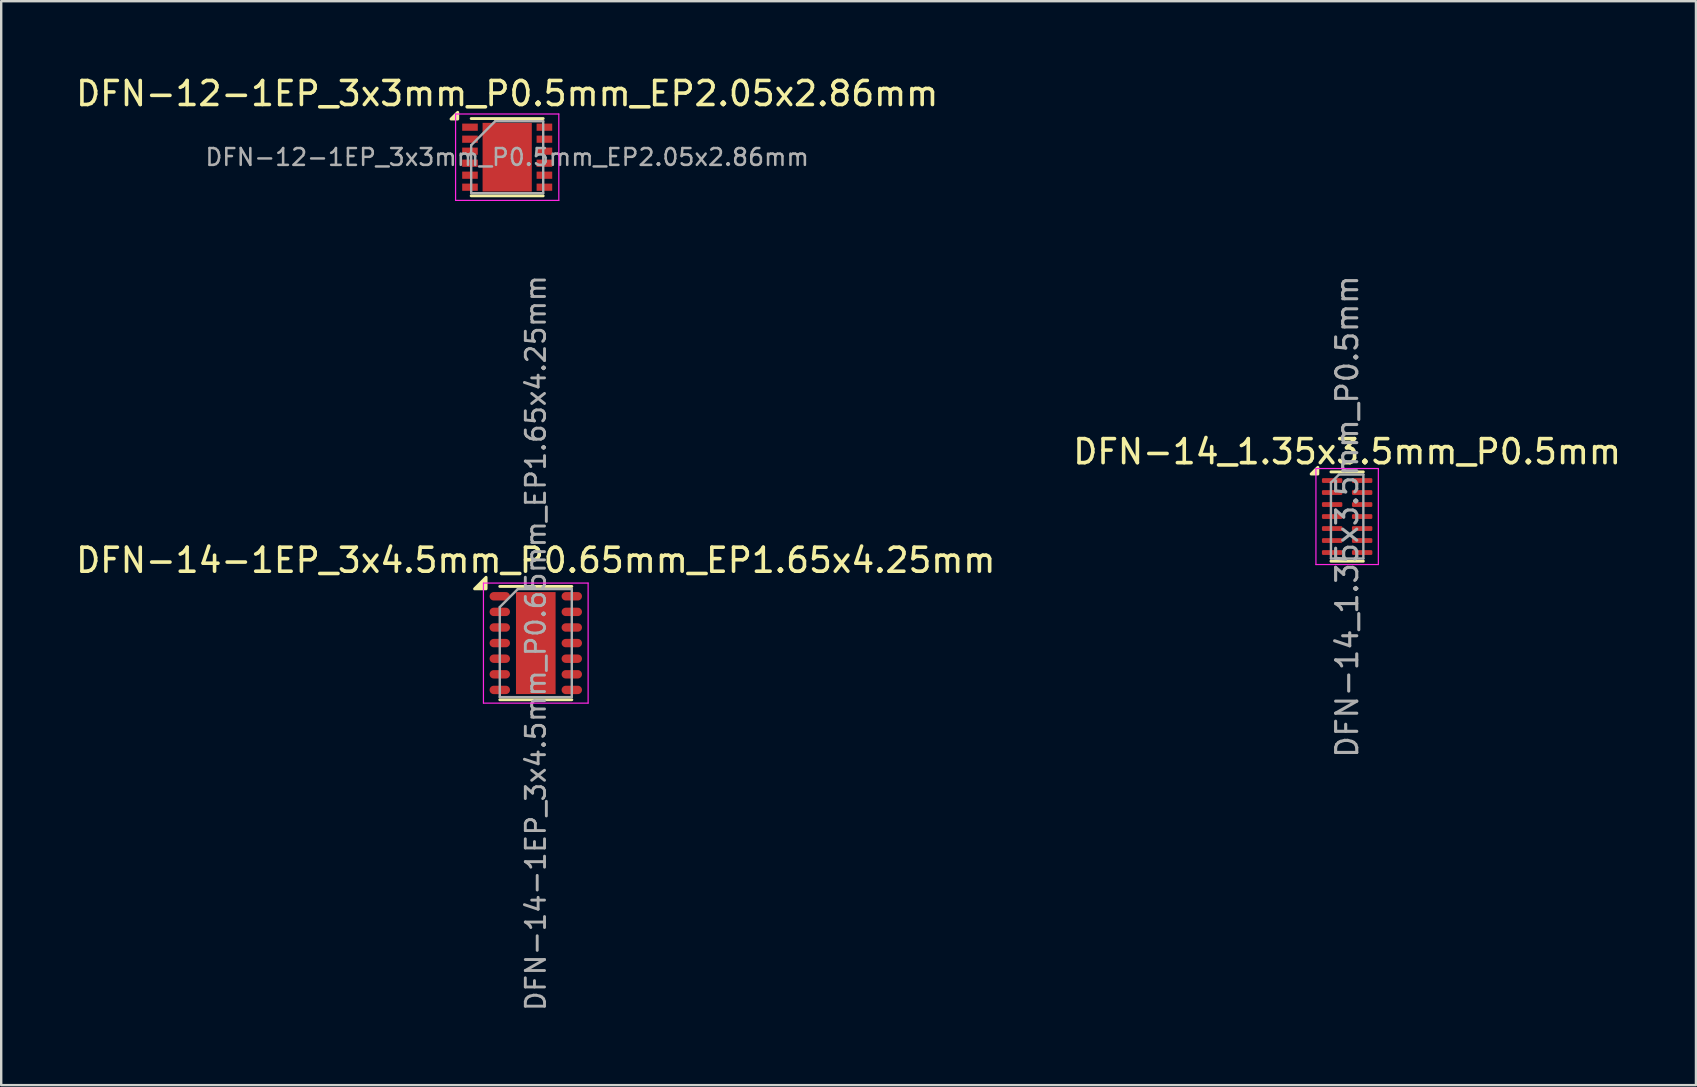
<source format=kicad_pcb>
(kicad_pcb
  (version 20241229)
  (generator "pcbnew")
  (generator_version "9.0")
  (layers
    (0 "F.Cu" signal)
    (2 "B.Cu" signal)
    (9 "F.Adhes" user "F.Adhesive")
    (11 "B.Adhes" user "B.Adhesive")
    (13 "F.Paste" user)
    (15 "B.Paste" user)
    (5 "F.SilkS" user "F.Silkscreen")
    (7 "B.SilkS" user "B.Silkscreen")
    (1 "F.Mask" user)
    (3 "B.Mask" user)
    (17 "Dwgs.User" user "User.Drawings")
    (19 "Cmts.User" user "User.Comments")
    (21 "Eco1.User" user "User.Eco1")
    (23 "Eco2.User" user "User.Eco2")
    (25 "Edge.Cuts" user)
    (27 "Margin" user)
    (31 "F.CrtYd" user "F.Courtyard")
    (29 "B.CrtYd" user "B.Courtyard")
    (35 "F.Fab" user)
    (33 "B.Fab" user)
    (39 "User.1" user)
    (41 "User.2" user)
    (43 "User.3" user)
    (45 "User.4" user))
  (footprint "DFN-14_1.35x3.5mm_P0.5mm"
    (layer "F.Cu")
    (at 53.065 18.466)
    (property "Reference" "DFN-14_1.35x3.5mm_P0.5mm" (at 0 -2.7 0) (layer "F.SilkS") (effects (font (size 1 1) (thickness 0.15))))
    (attr smd)
    (fp_line (start -0.675 -1.86) (end 0.675 -1.86) (stroke (width 0.12) (type solid)) (layer "F.SilkS"))
    (fp_line (start -0.675 1.86) (end 0.675 1.86) (stroke (width 0.12) (type solid)) (layer "F.SilkS"))
    (fp_poly (pts (xy -1.22 -1.77) (xy -1.5 -1.77) (xy -1.22 -2.05) (xy -1.22 -1.77)) (stroke (width 0.12) (type solid)) (fill yes) (layer "F.SilkS"))
    (fp_line (start -1.3 -2) (end -1.3 2) (stroke (width 0.05) (type solid)) (layer "F.CrtYd"))
    (fp_line (start -1.3 2) (end 1.3 2) (stroke (width 0.05) (type solid)) (layer "F.CrtYd"))
    (fp_line (start 1.3 -2) (end -1.3 -2) (stroke (width 0.05) (type solid)) (layer "F.CrtYd"))
    (fp_line (start 1.3 2) (end 1.3 -2) (stroke (width 0.05) (type solid)) (layer "F.CrtYd"))
    (fp_line (start -0.675 -1.413) (end -0.338 -1.75) (stroke (width 0.1) (type solid)) (layer "F.Fab"))
    (fp_line (start -0.675 1.75) (end -0.675 -1.413) (stroke (width 0.1) (type solid)) (layer "F.Fab"))
    (fp_line (start -0.338 -1.75) (end 0.675 -1.75) (stroke (width 0.1) (type solid)) (layer "F.Fab"))
    (fp_line (start 0.675 -1.75) (end 0.675 1.75) (stroke (width 0.1) (type solid)) (layer "F.Fab"))
    (fp_line (start 0.675 1.75) (end -0.675 1.75) (stroke (width 0.1) (type solid)) (layer "F.Fab"))
    (fp_text user "${REFERENCE}" (at 0 0 90) (layer "F.Fab") (effects (font (size 0.88 0.88) (thickness 0.13))))
    (pad "1" smd roundrect (at -0.625 -1.5) (size 0.85 0.2) (layers "F.Cu" "F.Mask" "F.Paste") (roundrect_rratio 0.25))
    (pad "2" smd roundrect (at -0.625 -1) (size 0.85 0.2) (layers "F.Cu" "F.Mask" "F.Paste") (roundrect_rratio 0.25))
    (pad "3" smd roundrect (at -0.625 -0.5) (size 0.85 0.2) (layers "F.Cu" "F.Mask" "F.Paste") (roundrect_rratio 0.25))
    (pad "4" smd roundrect (at -0.625 0) (size 0.85 0.2) (layers "F.Cu" "F.Mask" "F.Paste") (roundrect_rratio 0.25))
    (pad "5" smd roundrect (at -0.625 0.5) (size 0.85 0.2) (layers "F.Cu" "F.Mask" "F.Paste") (roundrect_rratio 0.25))
    (pad "6" smd roundrect (at -0.625 1) (size 0.85 0.2) (layers "F.Cu" "F.Mask" "F.Paste") (roundrect_rratio 0.25))
    (pad "7" smd roundrect (at -0.625 1.5) (size 0.85 0.2) (layers "F.Cu" "F.Mask" "F.Paste") (roundrect_rratio 0.25))
    (pad "8" smd roundrect (at 0.625 1.5) (size 0.85 0.2) (layers "F.Cu" "F.Mask" "F.Paste") (roundrect_rratio 0.25))
    (pad "9" smd roundrect (at 0.625 1) (size 0.85 0.2) (layers "F.Cu" "F.Mask" "F.Paste") (roundrect_rratio 0.25))
    (pad "10" smd roundrect (at 0.625 0.5) (size 0.85 0.2) (layers "F.Cu" "F.Mask" "F.Paste") (roundrect_rratio 0.25))
    (pad "11" smd roundrect (at 0.625 0) (size 0.85 0.2) (layers "F.Cu" "F.Mask" "F.Paste") (roundrect_rratio 0.25))
    (pad "12" smd roundrect (at 0.625 -0.5) (size 0.85 0.2) (layers "F.Cu" "F.Mask" "F.Paste") (roundrect_rratio 0.25))
    (pad "13" smd roundrect (at 0.625 -1) (size 0.85 0.2) (layers "F.Cu" "F.Mask" "F.Paste") (roundrect_rratio 0.25))
    (pad "14" smd roundrect (at 0.625 -1.5) (size 0.85 0.2) (layers "F.Cu" "F.Mask" "F.Paste") (roundrect_rratio 0.25)))
  (footprint "DFN-12-1EP_3x3mm_P0.5mm_EP2.05x2.86mm"
    (layer "F.Cu")
    (at 18.077 3.498)
    (property "Reference" "DFN-12-1EP_3x3mm_P0.5mm_EP2.05x2.86mm" (at 0 -2.65 0) (layer "F.SilkS") (effects (font (size 1 1) (thickness 0.15))))
    (attr smd)
    (fp_line (start -1.5 -1.61) (end 1.5 -1.61) (stroke (width 0.12) (type solid)) (layer "F.SilkS"))
    (fp_line (start -1.5 1.61) (end 1.5 1.61) (stroke (width 0.12) (type solid)) (layer "F.SilkS"))
    (fp_poly (pts (xy -2.06 -1.59) (xy -2.34 -1.59) (xy -2.06 -1.87) (xy -2.06 -1.59)) (stroke (width 0.12) (type solid)) (fill yes) (layer "F.SilkS"))
    (fp_line (start -2.15 -1.8) (end -2.15 1.8) (stroke (width 0.05) (type solid)) (layer "F.CrtYd"))
    (fp_line (start -2.15 -1.8) (end 2.15 -1.8) (stroke (width 0.05) (type solid)) (layer "F.CrtYd"))
    (fp_line (start -2.15 1.8) (end 2.15 1.8) (stroke (width 0.05) (type solid)) (layer "F.CrtYd"))
    (fp_line (start 2.15 -1.8) (end 2.15 1.8) (stroke (width 0.05) (type solid)) (layer "F.CrtYd"))
    (fp_line (start -1.5 -0.5) (end -0.5 -1.5) (stroke (width 0.1) (type solid)) (layer "F.Fab"))
    (fp_line (start -1.5 1.5) (end -1.5 -0.5) (stroke (width 0.1) (type solid)) (layer "F.Fab"))
    (fp_line (start -0.5 -1.5) (end 1.5 -1.5) (stroke (width 0.1) (type solid)) (layer "F.Fab"))
    (fp_line (start 1.5 -1.5) (end 1.5 1.5) (stroke (width 0.1) (type solid)) (layer "F.Fab"))
    (fp_line (start 1.5 1.5) (end -1.5 1.5) (stroke (width 0.1) (type solid)) (layer "F.Fab"))
    (fp_text user "${REFERENCE}" (at 0 0 0) (layer "F.Fab") (effects (font (size 0.7 0.7) (thickness 0.105))))
    (pad "" smd rect (at -0.512 -0.715) (size 0.8 1.2) (layers "F.Paste"))
    (pad "" smd rect (at -0.512 0.715) (size 0.8 1.2) (layers "F.Paste"))
    (pad "" smd rect (at 0.512 -0.715) (size 0.8 1.2) (layers "F.Paste"))
    (pad "" smd rect (at 0.512 0.715) (size 0.8 1.2) (layers "F.Paste"))
    (pad "1" smd rect (at -1.55 -1.25) (size 0.65 0.3) (layers "F.Cu" "F.Mask" "F.Paste"))
    (pad "2" smd rect (at -1.55 -0.75) (size 0.65 0.3) (layers "F.Cu" "F.Mask" "F.Paste"))
    (pad "3" smd rect (at -1.55 -0.25) (size 0.65 0.3) (layers "F.Cu" "F.Mask" "F.Paste"))
    (pad "4" smd rect (at -1.55 0.25) (size 0.65 0.3) (layers "F.Cu" "F.Mask" "F.Paste"))
    (pad "5" smd rect (at -1.55 0.75) (size 0.65 0.3) (layers "F.Cu" "F.Mask" "F.Paste"))
    (pad "6" smd rect (at -1.55 1.25) (size 0.65 0.3) (layers "F.Cu" "F.Mask" "F.Paste"))
    (pad "7" smd rect (at 1.55 1.25) (size 0.65 0.3) (layers "F.Cu" "F.Mask" "F.Paste"))
    (pad "8" smd rect (at 1.55 0.75) (size 0.65 0.3) (layers "F.Cu" "F.Mask" "F.Paste"))
    (pad "9" smd rect (at 1.55 0.25) (size 0.65 0.3) (layers "F.Cu" "F.Mask" "F.Paste"))
    (pad "10" smd rect (at 1.55 -0.25) (size 0.65 0.3) (layers "F.Cu" "F.Mask" "F.Paste"))
    (pad "11" smd rect (at 1.55 -0.75) (size 0.65 0.3) (layers "F.Cu" "F.Mask" "F.Paste"))
    (pad "12" smd rect (at 1.55 -1.25) (size 0.65 0.3) (layers "F.Cu" "F.Mask" "F.Paste"))
    (pad "13" smd rect (at 0 0) (size 2.05 2.86) (layers "F.Cu" "F.Mask")))
  (footprint "DFN-14-1EP_3x4.5mm_P0.65mm_EP1.65x4.25mm"
    (layer "F.Cu")
    (at 19.268 23.738)
    (property "Reference" "DFN-14-1EP_3x4.5mm_P0.65mm_EP1.65x4.25mm" (at 0 -3.45 0) (layer "F.SilkS") (effects (font (size 1 1) (thickness 0.15))))
    (attr smd)
    (fp_line (start -1.5 2.36) (end 1.5 2.36) (stroke (width 0.12) (type solid)) (layer "F.SilkS"))
    (fp_line (start 1.5 -2.36) (end -1.5 -2.36) (stroke (width 0.12) (type solid)) (layer "F.SilkS"))
    (fp_poly (pts (xy -2.07 -2.26) (xy -2.55 -2.26) (xy -2.07 -2.74) (xy -2.07 -2.26)) (stroke (width 0.12) (type solid)) (fill yes) (layer "F.SilkS"))
    (fp_line (start -2.18 -2.5) (end -2.18 2.5) (stroke (width 0.05) (type solid)) (layer "F.CrtYd"))
    (fp_line (start -2.18 2.5) (end 2.18 2.5) (stroke (width 0.05) (type solid)) (layer "F.CrtYd"))
    (fp_line (start 2.18 -2.5) (end -2.18 -2.5) (stroke (width 0.05) (type solid)) (layer "F.CrtYd"))
    (fp_line (start 2.18 2.5) (end 2.18 -2.5) (stroke (width 0.05) (type solid)) (layer "F.CrtYd"))
    (fp_line (start -1.5 2.25) (end -1.5 -1.5) (stroke (width 0.1) (type solid)) (layer "F.Fab"))
    (fp_line (start -1.5 2.25) (end 1.5 2.25) (stroke (width 0.1) (type solid)) (layer "F.Fab"))
    (fp_line (start -0.75 -2.25) (end -1.5 -1.5) (stroke (width 0.1) (type solid)) (layer "F.Fab"))
    (fp_line (start 1.5 -2.25) (end -0.75 -2.25) (stroke (width 0.1) (type solid)) (layer "F.Fab"))
    (fp_line (start 1.5 2.25) (end 1.5 -2.25) (stroke (width 0.1) (type solid)) (layer "F.Fab"))
    (fp_text user "${REFERENCE}" (at 0 0 90) (layer "F.Fab") (effects (font (size 0.8 0.8) (thickness 0.12))))
    (pad "" smd rect (at -0.412 -1.594) (size 0.66 0.85) (layers "F.Paste"))
    (pad "" smd rect (at -0.412 -0.531) (size 0.66 0.85) (layers "F.Paste"))
    (pad "" smd rect (at -0.412 0.531) (size 0.66 0.85) (layers "F.Paste"))
    (pad "" smd rect (at -0.412 1.594) (size 0.66 0.85) (layers "F.Paste"))
    (pad "" smd rect (at 0.412 -1.594) (size 0.66 0.85) (layers "F.Paste"))
    (pad "" smd rect (at 0.412 -0.531) (size 0.66 0.85) (layers "F.Paste"))
    (pad "" smd rect (at 0.412 0.531) (size 0.66 0.85) (layers "F.Paste"))
    (pad "" smd rect (at 0.412 1.594) (size 0.66 0.85) (layers "F.Paste"))
    (pad "1" smd oval (at -1.5 -1.95) (size 0.85 0.35) (layers "F.Cu" "F.Mask" "F.Paste"))
    (pad "2" smd oval (at -1.5 -1.3) (size 0.85 0.35) (layers "F.Cu" "F.Mask" "F.Paste"))
    (pad "3" smd oval (at -1.5 -0.65) (size 0.85 0.35) (layers "F.Cu" "F.Mask" "F.Paste"))
    (pad "4" smd oval (at -1.5 0) (size 0.85 0.35) (layers "F.Cu" "F.Mask" "F.Paste"))
    (pad "5" smd oval (at -1.5 0.65) (size 0.85 0.35) (layers "F.Cu" "F.Mask" "F.Paste"))
    (pad "6" smd oval (at -1.5 1.3) (size 0.85 0.35) (layers "F.Cu" "F.Mask" "F.Paste"))
    (pad "7" smd oval (at -1.5 1.95) (size 0.85 0.35) (layers "F.Cu" "F.Mask" "F.Paste"))
    (pad "8" smd oval (at 1.5 1.95) (size 0.85 0.35) (layers "F.Cu" "F.Mask" "F.Paste"))
    (pad "9" smd oval (at 1.5 1.3) (size 0.85 0.35) (layers "F.Cu" "F.Mask" "F.Paste"))
    (pad "10" smd oval (at 1.5 0.65) (size 0.85 0.35) (layers "F.Cu" "F.Mask" "F.Paste"))
    (pad "11" smd oval (at 1.5 0) (size 0.85 0.35) (layers "F.Cu" "F.Mask" "F.Paste"))
    (pad "12" smd oval (at 1.5 -0.65) (size 0.85 0.35) (layers "F.Cu" "F.Mask" "F.Paste"))
    (pad "13" smd oval (at 1.5 -1.3) (size 0.85 0.35) (layers "F.Cu" "F.Mask" "F.Paste"))
    (pad "14" smd oval (at 1.5 -1.95) (size 0.85 0.35) (layers "F.Cu" "F.Mask" "F.Paste"))
    (pad "15" smd rect (at 0 0) (size 1.65 4.25) (layers "F.Cu" "F.Mask")))
  (gr_rect
    (start -3 -3)
    (end 67.595 42.152)
    (stroke (width 0.1) (type default))
    (fill no)
    (layer "Edge.Cuts")))
</source>
